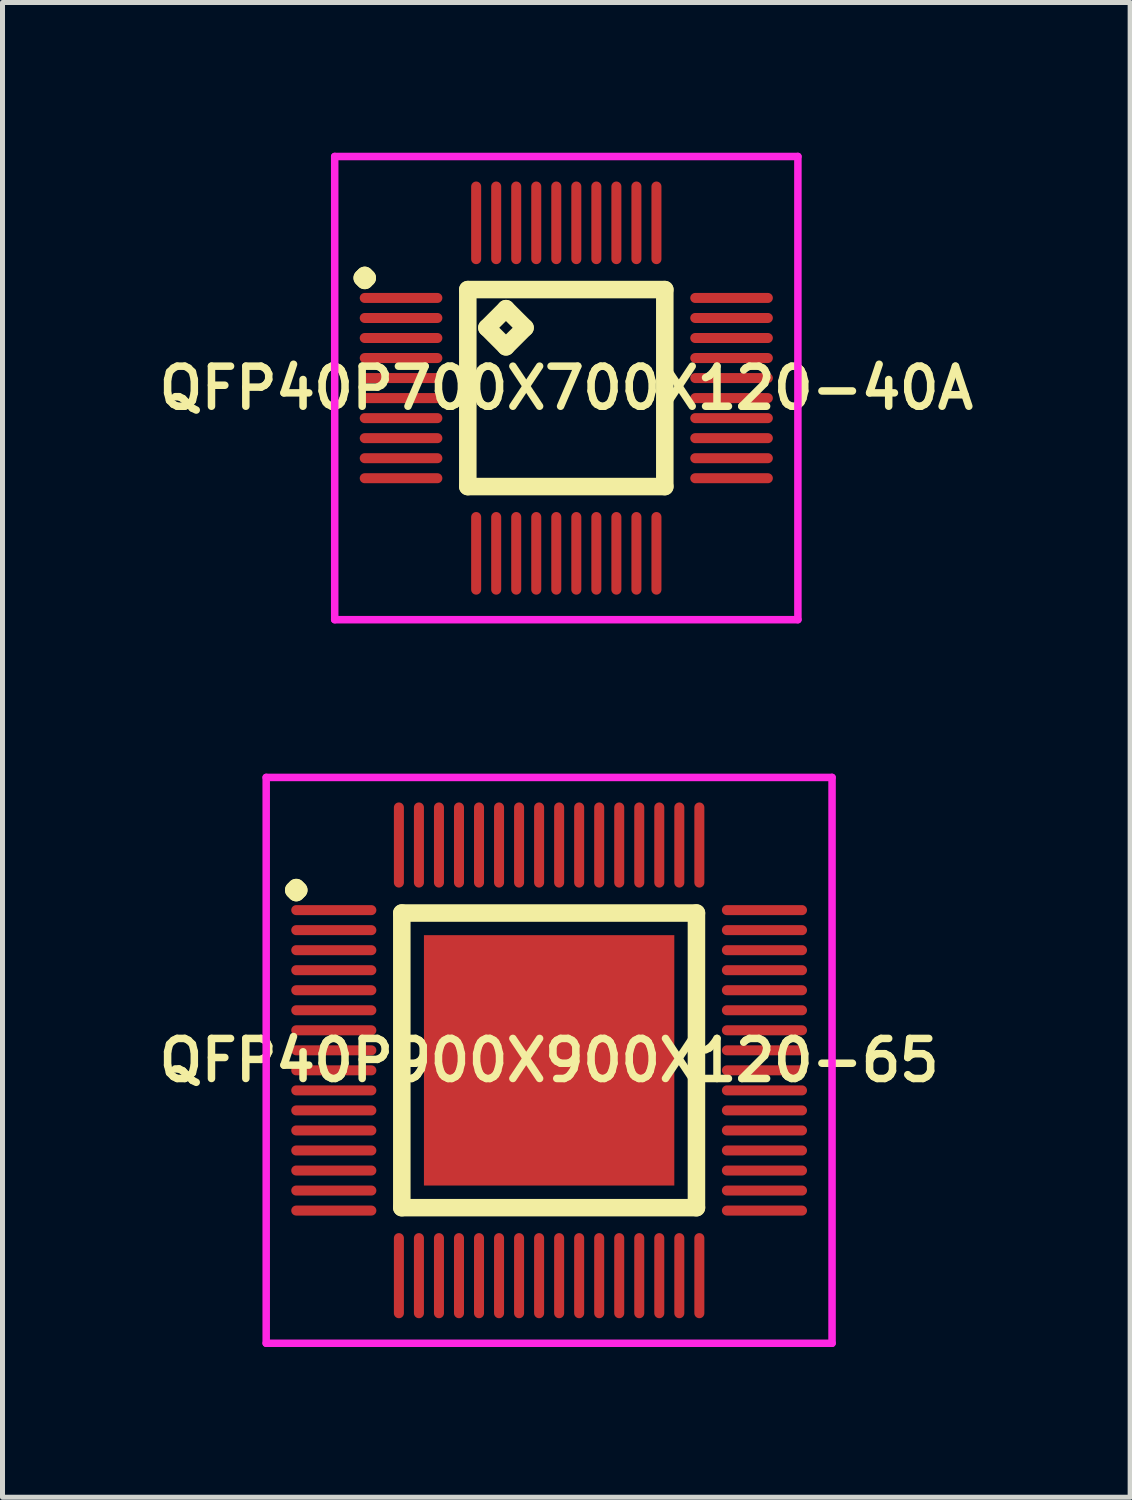
<source format=kicad_pcb>
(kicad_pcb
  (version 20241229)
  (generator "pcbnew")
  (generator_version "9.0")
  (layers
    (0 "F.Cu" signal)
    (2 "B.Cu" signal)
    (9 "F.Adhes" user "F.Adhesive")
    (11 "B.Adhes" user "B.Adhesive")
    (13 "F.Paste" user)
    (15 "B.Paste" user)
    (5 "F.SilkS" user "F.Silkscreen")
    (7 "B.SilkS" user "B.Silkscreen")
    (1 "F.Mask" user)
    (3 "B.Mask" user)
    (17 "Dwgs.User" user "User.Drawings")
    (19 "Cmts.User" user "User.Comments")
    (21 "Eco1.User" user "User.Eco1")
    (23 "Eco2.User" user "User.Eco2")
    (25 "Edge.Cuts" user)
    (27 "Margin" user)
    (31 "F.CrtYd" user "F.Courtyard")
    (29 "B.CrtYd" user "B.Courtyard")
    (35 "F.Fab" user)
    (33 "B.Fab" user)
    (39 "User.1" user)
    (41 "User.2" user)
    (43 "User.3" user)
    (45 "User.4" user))
  (footprint "QFP40P700X700X120-40A"
    (layer "F.Cu")
    (at 8.259 4.7)
    (property "Reference" "QFP40P700X700X120-40A" (at 0 0 0) (layer "F.SilkS") (effects (font (size 0.8 0.8) (thickness 0.15))))
    (attr smd)
    (fp_line (start -4.075 -2.2) (end -4.025 -2.25) (stroke (width 0.35) (type solid)) (layer "F.SilkS"))
    (fp_line (start -4.025 -2.25) (end -3.975 -2.2) (stroke (width 0.35) (type solid)) (layer "F.SilkS"))
    (fp_line (start -4.025 -2.15) (end -4.075 -2.2) (stroke (width 0.35) (type solid)) (layer "F.SilkS"))
    (fp_line (start -3.975 -2.2) (end -4.025 -2.15) (stroke (width 0.35) (type solid)) (layer "F.SilkS"))
    (fp_line (start -1.967 -1.967) (end -1.967 1.967) (stroke (width 0.35) (type solid)) (layer "F.SilkS"))
    (fp_line (start -1.967 1.967) (end 1.967 1.967) (stroke (width 0.35) (type solid)) (layer "F.SilkS"))
    (fp_line (start -1.586 -1.205) (end -1.205 -1.586) (stroke (width 0.35) (type solid)) (layer "F.SilkS"))
    (fp_line (start -1.205 -1.586) (end -0.824 -1.205) (stroke (width 0.35) (type solid)) (layer "F.SilkS"))
    (fp_line (start -1.205 -0.824) (end -1.586 -1.205) (stroke (width 0.35) (type solid)) (layer "F.SilkS"))
    (fp_line (start -0.824 -1.205) (end -1.205 -0.824) (stroke (width 0.35) (type solid)) (layer "F.SilkS"))
    (fp_line (start 1.967 -1.967) (end -1.967 -1.967) (stroke (width 0.35) (type solid)) (layer "F.SilkS"))
    (fp_line (start 1.967 1.967) (end 1.967 -1.967) (stroke (width 0.35) (type solid)) (layer "F.SilkS"))
    (fp_line (start -4.625 -4.625) (end 4.625 -4.625) (stroke (width 0.15) (type solid)) (layer "F.CrtYd"))
    (fp_line (start -4.625 4.625) (end -4.625 -4.625) (stroke (width 0.15) (type solid)) (layer "F.CrtYd"))
    (fp_line (start 4.625 -4.625) (end 4.625 4.625) (stroke (width 0.15) (type solid)) (layer "F.CrtYd"))
    (fp_line (start 4.625 4.625) (end -4.625 4.625) (stroke (width 0.15) (type solid)) (layer "F.CrtYd"))
    (pad "1" smd oval (at -3.3 -1.8) (size 1.65 0.2) (layers "F.Cu" "F.Mask" "F.Paste"))
    (pad "2" smd oval (at -3.3 -1.4) (size 1.65 0.2) (layers "F.Cu" "F.Mask" "F.Paste"))
    (pad "3" smd oval (at -3.3 -1) (size 1.65 0.2) (layers "F.Cu" "F.Mask" "F.Paste"))
    (pad "4" smd oval (at -3.3 -0.6) (size 1.65 0.2) (layers "F.Cu" "F.Mask" "F.Paste"))
    (pad "5" smd oval (at -3.3 -0.2) (size 1.65 0.2) (layers "F.Cu" "F.Mask" "F.Paste"))
    (pad "6" smd oval (at -3.3 0.2) (size 1.65 0.2) (layers "F.Cu" "F.Mask" "F.Paste"))
    (pad "7" smd oval (at -3.3 0.6) (size 1.65 0.2) (layers "F.Cu" "F.Mask" "F.Paste"))
    (pad "8" smd oval (at -3.3 1) (size 1.65 0.2) (layers "F.Cu" "F.Mask" "F.Paste"))
    (pad "9" smd oval (at -3.3 1.4) (size 1.65 0.2) (layers "F.Cu" "F.Mask" "F.Paste"))
    (pad "10" smd oval (at -3.3 1.8) (size 1.65 0.2) (layers "F.Cu" "F.Mask" "F.Paste"))
    (pad "11" smd oval (at -1.8 3.3) (size 0.2 1.65) (layers "F.Cu" "F.Mask" "F.Paste"))
    (pad "12" smd oval (at -1.4 3.3) (size 0.2 1.65) (layers "F.Cu" "F.Mask" "F.Paste"))
    (pad "13" smd oval (at -1 3.3) (size 0.2 1.65) (layers "F.Cu" "F.Mask" "F.Paste"))
    (pad "14" smd oval (at -0.6 3.3) (size 0.2 1.65) (layers "F.Cu" "F.Mask" "F.Paste"))
    (pad "15" smd oval (at -0.2 3.3) (size 0.2 1.65) (layers "F.Cu" "F.Mask" "F.Paste"))
    (pad "16" smd oval (at 0.2 3.3) (size 0.2 1.65) (layers "F.Cu" "F.Mask" "F.Paste"))
    (pad "17" smd oval (at 0.6 3.3) (size 0.2 1.65) (layers "F.Cu" "F.Mask" "F.Paste"))
    (pad "18" smd oval (at 1 3.3) (size 0.2 1.65) (layers "F.Cu" "F.Mask" "F.Paste"))
    (pad "19" smd oval (at 1.4 3.3) (size 0.2 1.65) (layers "F.Cu" "F.Mask" "F.Paste"))
    (pad "20" smd oval (at 1.8 3.3) (size 0.2 1.65) (layers "F.Cu" "F.Mask" "F.Paste"))
    (pad "21" smd oval (at 3.3 1.8) (size 1.65 0.2) (layers "F.Cu" "F.Mask" "F.Paste"))
    (pad "22" smd oval (at 3.3 1.4) (size 1.65 0.2) (layers "F.Cu" "F.Mask" "F.Paste"))
    (pad "23" smd oval (at 3.3 1) (size 1.65 0.2) (layers "F.Cu" "F.Mask" "F.Paste"))
    (pad "24" smd oval (at 3.3 0.6) (size 1.65 0.2) (layers "F.Cu" "F.Mask" "F.Paste"))
    (pad "25" smd oval (at 3.3 0.2) (size 1.65 0.2) (layers "F.Cu" "F.Mask" "F.Paste"))
    (pad "26" smd oval (at 3.3 -0.2) (size 1.65 0.2) (layers "F.Cu" "F.Mask" "F.Paste"))
    (pad "27" smd oval (at 3.3 -0.6) (size 1.65 0.2) (layers "F.Cu" "F.Mask" "F.Paste"))
    (pad "28" smd oval (at 3.3 -1) (size 1.65 0.2) (layers "F.Cu" "F.Mask" "F.Paste"))
    (pad "29" smd oval (at 3.3 -1.4) (size 1.65 0.2) (layers "F.Cu" "F.Mask" "F.Paste"))
    (pad "30" smd oval (at 3.3 -1.8) (size 1.65 0.2) (layers "F.Cu" "F.Mask" "F.Paste"))
    (pad "31" smd oval (at 1.8 -3.3) (size 0.2 1.65) (layers "F.Cu" "F.Mask" "F.Paste"))
    (pad "32" smd oval (at 1.4 -3.3) (size 0.2 1.65) (layers "F.Cu" "F.Mask" "F.Paste"))
    (pad "33" smd oval (at 1 -3.3) (size 0.2 1.65) (layers "F.Cu" "F.Mask" "F.Paste"))
    (pad "34" smd oval (at 0.6 -3.3) (size 0.2 1.65) (layers "F.Cu" "F.Mask" "F.Paste"))
    (pad "35" smd oval (at 0.2 -3.3) (size 0.2 1.65) (layers "F.Cu" "F.Mask" "F.Paste"))
    (pad "36" smd oval (at -0.2 -3.3) (size 0.2 1.65) (layers "F.Cu" "F.Mask" "F.Paste"))
    (pad "37" smd oval (at -0.6 -3.3) (size 0.2 1.65) (layers "F.Cu" "F.Mask" "F.Paste"))
    (pad "38" smd oval (at -1 -3.3) (size 0.2 1.65) (layers "F.Cu" "F.Mask" "F.Paste"))
    (pad "39" smd oval (at -1.4 -3.3) (size 0.2 1.65) (layers "F.Cu" "F.Mask" "F.Paste"))
    (pad "40" smd oval (at -1.8 -3.3) (size 0.2 1.65) (layers "F.Cu" "F.Mask" "F.Paste")))
  (footprint "QFP40P900X900X120-65"
    (layer "F.Cu")
    (at 7.916 18.125)
    (property "Reference" "QFP40P900X900X120-65" (at 0 0 0) (layer "F.SilkS") (effects (font (size 0.8 0.8) (thickness 0.15))))
    (attr smd)
    (fp_line (start -5.1 -3.4) (end -5.05 -3.45) (stroke (width 0.35) (type solid)) (layer "F.SilkS"))
    (fp_line (start -5.05 -3.45) (end -5 -3.4) (stroke (width 0.35) (type solid)) (layer "F.SilkS"))
    (fp_line (start -5.05 -3.35) (end -5.1 -3.4) (stroke (width 0.35) (type solid)) (layer "F.SilkS"))
    (fp_line (start -5 -3.4) (end -5.05 -3.35) (stroke (width 0.35) (type solid)) (layer "F.SilkS"))
    (fp_line (start -2.942 -2.942) (end -2.942 2.942) (stroke (width 0.35) (type solid)) (layer "F.SilkS"))
    (fp_line (start -2.942 2.942) (end 2.942 2.942) (stroke (width 0.35) (type solid)) (layer "F.SilkS"))
    (fp_line (start 2.942 -2.942) (end -2.942 -2.942) (stroke (width 0.35) (type solid)) (layer "F.SilkS"))
    (fp_line (start 2.942 2.942) (end 2.942 -2.942) (stroke (width 0.35) (type solid)) (layer "F.SilkS"))
    (fp_line (start -5.65 -5.65) (end 5.65 -5.65) (stroke (width 0.15) (type solid)) (layer "F.CrtYd"))
    (fp_line (start -5.65 5.65) (end -5.65 -5.65) (stroke (width 0.15) (type solid)) (layer "F.CrtYd"))
    (fp_line (start 5.65 -5.65) (end 5.65 5.65) (stroke (width 0.15) (type solid)) (layer "F.CrtYd"))
    (fp_line (start 5.65 5.65) (end -5.65 5.65) (stroke (width 0.15) (type solid)) (layer "F.CrtYd"))
    (pad "1" smd oval (at -4.3 -3) (size 1.7 0.2) (layers "F.Cu" "F.Mask" "F.Paste"))
    (pad "2" smd oval (at -4.3 -2.6) (size 1.7 0.2) (layers "F.Cu" "F.Mask" "F.Paste"))
    (pad "3" smd oval (at -4.3 -2.2) (size 1.7 0.2) (layers "F.Cu" "F.Mask" "F.Paste"))
    (pad "4" smd oval (at -4.3 -1.8) (size 1.7 0.2) (layers "F.Cu" "F.Mask" "F.Paste"))
    (pad "5" smd oval (at -4.3 -1.4) (size 1.7 0.2) (layers "F.Cu" "F.Mask" "F.Paste"))
    (pad "6" smd oval (at -4.3 -1) (size 1.7 0.2) (layers "F.Cu" "F.Mask" "F.Paste"))
    (pad "7" smd oval (at -4.3 -0.6) (size 1.7 0.2) (layers "F.Cu" "F.Mask" "F.Paste"))
    (pad "8" smd oval (at -4.3 -0.2) (size 1.7 0.2) (layers "F.Cu" "F.Mask" "F.Paste"))
    (pad "9" smd oval (at -4.3 0.2) (size 1.7 0.2) (layers "F.Cu" "F.Mask" "F.Paste"))
    (pad "10" smd oval (at -4.3 0.6) (size 1.7 0.2) (layers "F.Cu" "F.Mask" "F.Paste"))
    (pad "11" smd oval (at -4.3 1) (size 1.7 0.2) (layers "F.Cu" "F.Mask" "F.Paste"))
    (pad "12" smd oval (at -4.3 1.4) (size 1.7 0.2) (layers "F.Cu" "F.Mask" "F.Paste"))
    (pad "13" smd oval (at -4.3 1.8) (size 1.7 0.2) (layers "F.Cu" "F.Mask" "F.Paste"))
    (pad "14" smd oval (at -4.3 2.2) (size 1.7 0.2) (layers "F.Cu" "F.Mask" "F.Paste"))
    (pad "15" smd oval (at -4.3 2.6) (size 1.7 0.2) (layers "F.Cu" "F.Mask" "F.Paste"))
    (pad "16" smd oval (at -4.3 3) (size 1.7 0.2) (layers "F.Cu" "F.Mask" "F.Paste"))
    (pad "17" smd oval (at -3 4.3) (size 0.2 1.7) (layers "F.Cu" "F.Mask" "F.Paste"))
    (pad "18" smd oval (at -2.6 4.3) (size 0.2 1.7) (layers "F.Cu" "F.Mask" "F.Paste"))
    (pad "19" smd oval (at -2.2 4.3) (size 0.2 1.7) (layers "F.Cu" "F.Mask" "F.Paste"))
    (pad "20" smd oval (at -1.8 4.3) (size 0.2 1.7) (layers "F.Cu" "F.Mask" "F.Paste"))
    (pad "21" smd oval (at -1.4 4.3) (size 0.2 1.7) (layers "F.Cu" "F.Mask" "F.Paste"))
    (pad "22" smd oval (at -1 4.3) (size 0.2 1.7) (layers "F.Cu" "F.Mask" "F.Paste"))
    (pad "23" smd oval (at -0.6 4.3) (size 0.2 1.7) (layers "F.Cu" "F.Mask" "F.Paste"))
    (pad "24" smd oval (at -0.2 4.3) (size 0.2 1.7) (layers "F.Cu" "F.Mask" "F.Paste"))
    (pad "25" smd oval (at 0.2 4.3) (size 0.2 1.7) (layers "F.Cu" "F.Mask" "F.Paste"))
    (pad "26" smd oval (at 0.6 4.3) (size 0.2 1.7) (layers "F.Cu" "F.Mask" "F.Paste"))
    (pad "27" smd oval (at 1 4.3) (size 0.2 1.7) (layers "F.Cu" "F.Mask" "F.Paste"))
    (pad "28" smd oval (at 1.4 4.3) (size 0.2 1.7) (layers "F.Cu" "F.Mask" "F.Paste"))
    (pad "29" smd oval (at 1.8 4.3) (size 0.2 1.7) (layers "F.Cu" "F.Mask" "F.Paste"))
    (pad "30" smd oval (at 2.2 4.3) (size 0.2 1.7) (layers "F.Cu" "F.Mask" "F.Paste"))
    (pad "31" smd oval (at 2.6 4.3) (size 0.2 1.7) (layers "F.Cu" "F.Mask" "F.Paste"))
    (pad "32" smd oval (at 3 4.3) (size 0.2 1.7) (layers "F.Cu" "F.Mask" "F.Paste"))
    (pad "33" smd oval (at 4.3 3) (size 1.7 0.2) (layers "F.Cu" "F.Mask" "F.Paste"))
    (pad "34" smd oval (at 4.3 2.6) (size 1.7 0.2) (layers "F.Cu" "F.Mask" "F.Paste"))
    (pad "35" smd oval (at 4.3 2.2) (size 1.7 0.2) (layers "F.Cu" "F.Mask" "F.Paste"))
    (pad "36" smd oval (at 4.3 1.8) (size 1.7 0.2) (layers "F.Cu" "F.Mask" "F.Paste"))
    (pad "37" smd oval (at 4.3 1.4) (size 1.7 0.2) (layers "F.Cu" "F.Mask" "F.Paste"))
    (pad "38" smd oval (at 4.3 1) (size 1.7 0.2) (layers "F.Cu" "F.Mask" "F.Paste"))
    (pad "39" smd oval (at 4.3 0.6) (size 1.7 0.2) (layers "F.Cu" "F.Mask" "F.Paste"))
    (pad "40" smd oval (at 4.3 0.2) (size 1.7 0.2) (layers "F.Cu" "F.Mask" "F.Paste"))
    (pad "41" smd oval (at 4.3 -0.2) (size 1.7 0.2) (layers "F.Cu" "F.Mask" "F.Paste"))
    (pad "42" smd oval (at 4.3 -0.6) (size 1.7 0.2) (layers "F.Cu" "F.Mask" "F.Paste"))
    (pad "43" smd oval (at 4.3 -1) (size 1.7 0.2) (layers "F.Cu" "F.Mask" "F.Paste"))
    (pad "44" smd oval (at 4.3 -1.4) (size 1.7 0.2) (layers "F.Cu" "F.Mask" "F.Paste"))
    (pad "45" smd oval (at 4.3 -1.8) (size 1.7 0.2) (layers "F.Cu" "F.Mask" "F.Paste"))
    (pad "46" smd oval (at 4.3 -2.2) (size 1.7 0.2) (layers "F.Cu" "F.Mask" "F.Paste"))
    (pad "47" smd oval (at 4.3 -2.6) (size 1.7 0.2) (layers "F.Cu" "F.Mask" "F.Paste"))
    (pad "48" smd oval (at 4.3 -3) (size 1.7 0.2) (layers "F.Cu" "F.Mask" "F.Paste"))
    (pad "49" smd oval (at 3 -4.3) (size 0.2 1.7) (layers "F.Cu" "F.Mask" "F.Paste"))
    (pad "50" smd oval (at 2.6 -4.3) (size 0.2 1.7) (layers "F.Cu" "F.Mask" "F.Paste"))
    (pad "51" smd oval (at 2.2 -4.3) (size 0.2 1.7) (layers "F.Cu" "F.Mask" "F.Paste"))
    (pad "52" smd oval (at 1.8 -4.3) (size 0.2 1.7) (layers "F.Cu" "F.Mask" "F.Paste"))
    (pad "53" smd oval (at 1.4 -4.3) (size 0.2 1.7) (layers "F.Cu" "F.Mask" "F.Paste"))
    (pad "54" smd oval (at 1 -4.3) (size 0.2 1.7) (layers "F.Cu" "F.Mask" "F.Paste"))
    (pad "55" smd oval (at 0.6 -4.3) (size 0.2 1.7) (layers "F.Cu" "F.Mask" "F.Paste"))
    (pad "56" smd oval (at 0.2 -4.3) (size 0.2 1.7) (layers "F.Cu" "F.Mask" "F.Paste"))
    (pad "57" smd oval (at -0.2 -4.3) (size 0.2 1.7) (layers "F.Cu" "F.Mask" "F.Paste"))
    (pad "58" smd oval (at -0.6 -4.3) (size 0.2 1.7) (layers "F.Cu" "F.Mask" "F.Paste"))
    (pad "59" smd oval (at -1 -4.3) (size 0.2 1.7) (layers "F.Cu" "F.Mask" "F.Paste"))
    (pad "60" smd oval (at -1.4 -4.3) (size 0.2 1.7) (layers "F.Cu" "F.Mask" "F.Paste"))
    (pad "61" smd oval (at -1.8 -4.3) (size 0.2 1.7) (layers "F.Cu" "F.Mask" "F.Paste"))
    (pad "62" smd oval (at -2.2 -4.3) (size 0.2 1.7) (layers "F.Cu" "F.Mask" "F.Paste"))
    (pad "63" smd oval (at -2.6 -4.3) (size 0.2 1.7) (layers "F.Cu" "F.Mask" "F.Paste"))
    (pad "64" smd oval (at -3 -4.3) (size 0.2 1.7) (layers "F.Cu" "F.Mask" "F.Paste"))
    (pad "65" smd rect (at 0 0) (size 5 5) (layers "F.Cu" "F.Mask" "F.Paste")))
  (gr_rect
    (start -3 -3)
    (end 19.519 26.85)
    (stroke (width 0.1) (type default))
    (fill no)
    (layer "Edge.Cuts")))
</source>
